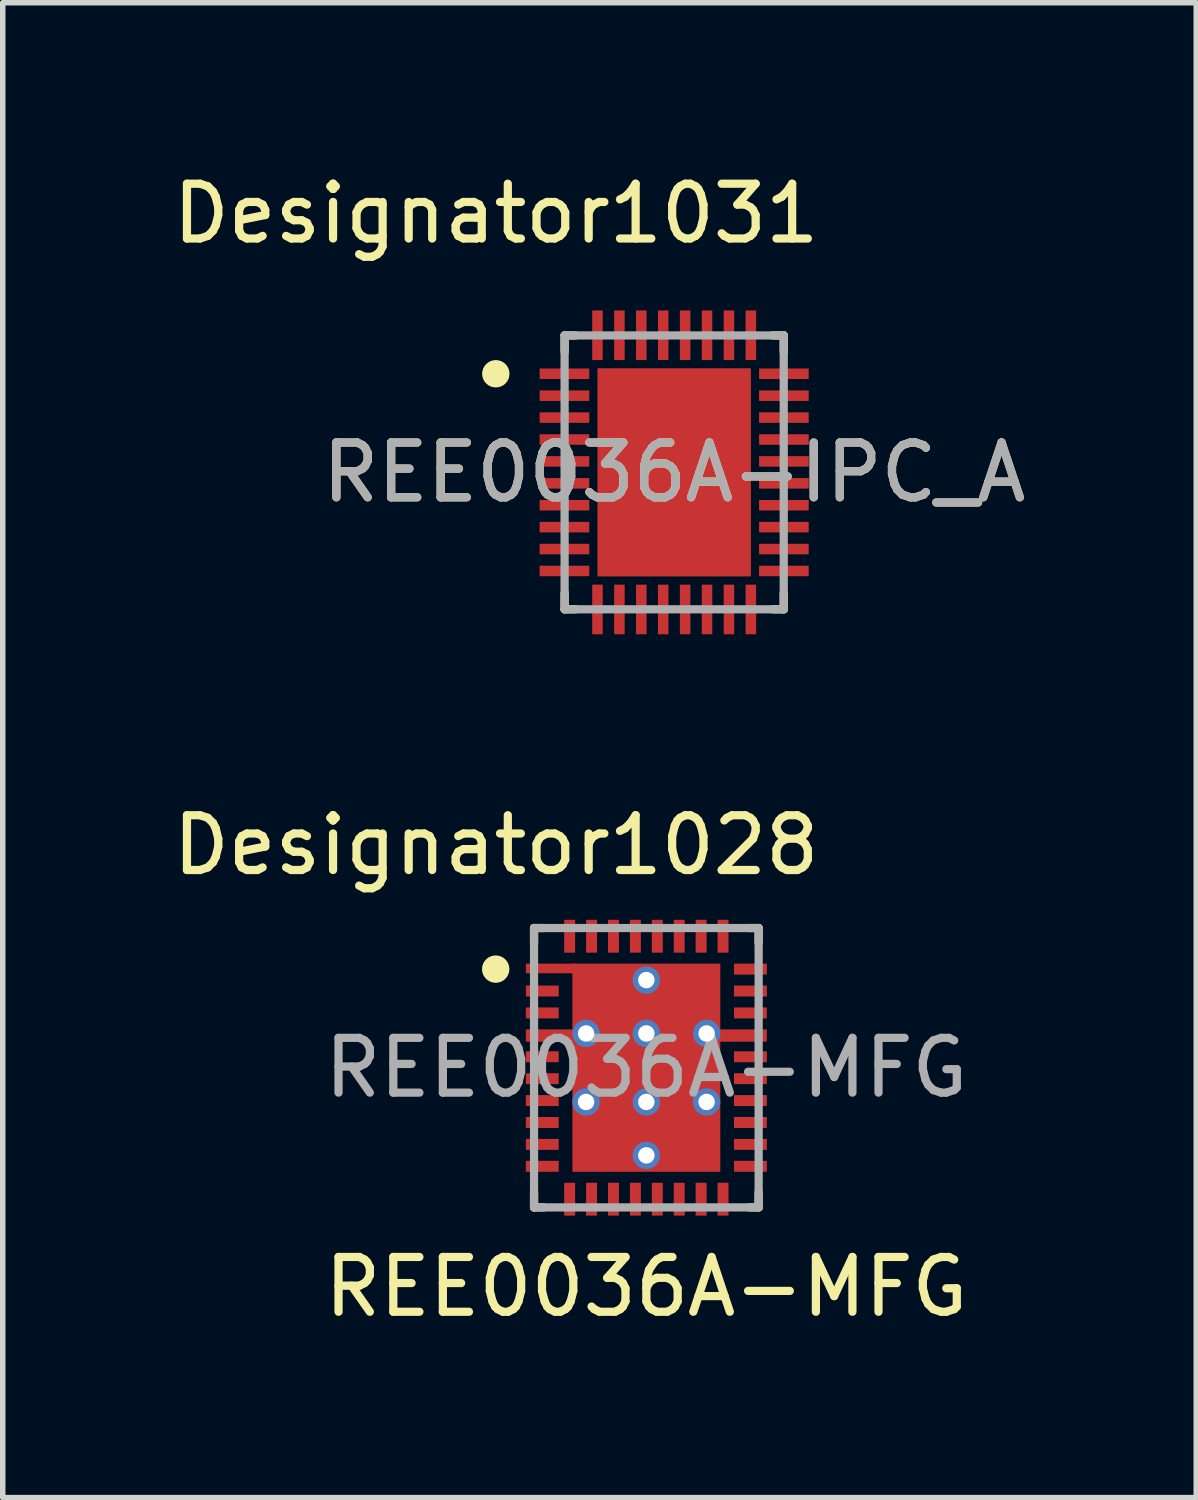
<source format=kicad_pcb>
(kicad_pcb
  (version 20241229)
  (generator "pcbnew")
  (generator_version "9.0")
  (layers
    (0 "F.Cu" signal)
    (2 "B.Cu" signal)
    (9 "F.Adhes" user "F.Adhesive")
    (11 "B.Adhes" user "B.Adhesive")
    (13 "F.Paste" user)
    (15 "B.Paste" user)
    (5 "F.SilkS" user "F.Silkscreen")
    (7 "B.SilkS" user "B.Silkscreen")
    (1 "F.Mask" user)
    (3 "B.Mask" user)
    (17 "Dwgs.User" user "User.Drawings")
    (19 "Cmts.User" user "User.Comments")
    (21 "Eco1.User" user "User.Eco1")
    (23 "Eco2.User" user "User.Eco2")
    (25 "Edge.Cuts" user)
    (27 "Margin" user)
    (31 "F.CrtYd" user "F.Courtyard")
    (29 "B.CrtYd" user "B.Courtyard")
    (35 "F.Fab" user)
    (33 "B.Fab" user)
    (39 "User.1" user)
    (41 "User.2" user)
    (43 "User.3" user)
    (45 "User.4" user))
  (footprint "REE0036A-IPC_A"
    (layer "F.Cu")
    (at 9.257 5.573)
    (property "Reference" "REE0036A-IPC_A" (at 0 0 0) (unlocked yes) (layer "F.SilkS") (effects (font (size 1 1) (thickness 0.15))))
    (attr smd)
    (fp_line (start -2 -2.5) (end -1.8 -2.5) (stroke (width 0.15) (type solid)) (layer "F.SilkS"))
    (fp_line (start -2 -2.2) (end -2 -2.5) (stroke (width 0.15) (type solid)) (layer "F.SilkS"))
    (fp_line (start -2 2.5) (end -2 2.2) (stroke (width 0.15) (type solid)) (layer "F.SilkS"))
    (fp_line (start -2 2.5) (end -1.8 2.5) (stroke (width 0.15) (type solid)) (layer "F.SilkS"))
    (fp_line (start 1.8 -2.5) (end 2 -2.5) (stroke (width 0.15) (type solid)) (layer "F.SilkS"))
    (fp_line (start 1.8 2.5) (end 2 2.5) (stroke (width 0.15) (type solid)) (layer "F.SilkS"))
    (fp_line (start 2 -2.2) (end 2 -2.5) (stroke (width 0.15) (type solid)) (layer "F.SilkS"))
    (fp_line (start 2 2.5) (end 2 2.2) (stroke (width 0.15) (type solid)) (layer "F.SilkS"))
    (fp_circle (center -3.256 -1.8) (end -3.131 -1.8) (stroke (width 0.25) (type solid)) (fill no) (layer "F.SilkS"))
    (fp_poly (pts (xy -0.811 1.311) (xy 0.811 1.311) (xy 0.811 -1.311) (xy -0.811 -1.311)) (stroke (width 0) (type solid)) (fill yes) (layer "F.Paste"))
    (fp_line (start -2 -2.5) (end 2 -2.5) (stroke (width 0.15) (type solid)) (layer "F.Fab"))
    (fp_line (start -2 2.5) (end -2 -2.5) (stroke (width 0.15) (type solid)) (layer "F.Fab"))
    (fp_line (start -2 2.5) (end 2 2.5) (stroke (width 0.15) (type solid)) (layer "F.Fab"))
    (fp_line (start 2 2.5) (end 2 -2.5) (stroke (width 0.15) (type solid)) (layer "F.Fab"))
    (fp_text user "Designator1031" (at -3.251 -4.724 0) (unlocked yes) (layer "F.SilkS") (effects (font (size 1 1) (thickness 0.15))))
    (fp_text user "${REFERENCE}" (at 0 0 0) (unlocked yes) (layer "F.Fab") (effects (font (size 1 1) (thickness 0.15))))
    (pad "1" smd rect (at -2.003 -1.8 90) (size 0.192 0.906) (layers "F.Cu" "F.Mask" "F.Paste"))
    (pad "2" smd rect (at -2.003 -1.4 90) (size 0.192 0.906) (layers "F.Cu" "F.Mask" "F.Paste"))
    (pad "3" smd rect (at -2.003 -1 90) (size 0.192 0.906) (layers "F.Cu" "F.Mask" "F.Paste"))
    (pad "4" smd rect (at -2.003 -0.6 90) (size 0.192 0.906) (layers "F.Cu" "F.Mask" "F.Paste"))
    (pad "5" smd rect (at -2.003 -0.2 90) (size 0.192 0.906) (layers "F.Cu" "F.Mask" "F.Paste"))
    (pad "6" smd rect (at -2.003 0.2 90) (size 0.192 0.906) (layers "F.Cu" "F.Mask" "F.Paste"))
    (pad "7" smd rect (at -2.003 0.6 90) (size 0.192 0.906) (layers "F.Cu" "F.Mask" "F.Paste"))
    (pad "8" smd rect (at -2.003 1 90) (size 0.192 0.906) (layers "F.Cu" "F.Mask" "F.Paste"))
    (pad "9" smd rect (at -2.003 1.4 90) (size 0.192 0.906) (layers "F.Cu" "F.Mask" "F.Paste"))
    (pad "10" smd rect (at -2.003 1.8 90) (size 0.192 0.906) (layers "F.Cu" "F.Mask" "F.Paste"))
    (pad "11" smd rect (at -1.4 2.503) (size 0.192 0.906) (layers "F.Cu" "F.Mask" "F.Paste"))
    (pad "12" smd rect (at -1 2.503) (size 0.192 0.906) (layers "F.Cu" "F.Mask" "F.Paste"))
    (pad "13" smd rect (at -0.6 2.503) (size 0.192 0.906) (layers "F.Cu" "F.Mask" "F.Paste"))
    (pad "14" smd rect (at -0.2 2.503) (size 0.192 0.906) (layers "F.Cu" "F.Mask" "F.Paste"))
    (pad "15" smd rect (at 0.2 2.503) (size 0.192 0.906) (layers "F.Cu" "F.Mask" "F.Paste"))
    (pad "16" smd rect (at 0.6 2.503) (size 0.192 0.906) (layers "F.Cu" "F.Mask" "F.Paste"))
    (pad "17" smd rect (at 1 2.503) (size 0.192 0.906) (layers "F.Cu" "F.Mask" "F.Paste"))
    (pad "18" smd rect (at 1.4 2.503) (size 0.192 0.906) (layers "F.Cu" "F.Mask" "F.Paste"))
    (pad "19" smd rect (at 2.003 1.8 90) (size 0.192 0.906) (layers "F.Cu" "F.Mask" "F.Paste"))
    (pad "20" smd rect (at 2.003 1.4 90) (size 0.192 0.906) (layers "F.Cu" "F.Mask" "F.Paste"))
    (pad "21" smd rect (at 2.003 1 90) (size 0.192 0.906) (layers "F.Cu" "F.Mask" "F.Paste"))
    (pad "22" smd rect (at 2.003 0.6 90) (size 0.192 0.906) (layers "F.Cu" "F.Mask" "F.Paste"))
    (pad "23" smd rect (at 2.003 0.2 90) (size 0.192 0.906) (layers "F.Cu" "F.Mask" "F.Paste"))
    (pad "24" smd rect (at 2.003 -0.2 90) (size 0.192 0.906) (layers "F.Cu" "F.Mask" "F.Paste"))
    (pad "25" smd rect (at 2.003 -0.6 90) (size 0.192 0.906) (layers "F.Cu" "F.Mask" "F.Paste"))
    (pad "26" smd rect (at 2.003 -1 90) (size 0.192 0.906) (layers "F.Cu" "F.Mask" "F.Paste"))
    (pad "27" smd rect (at 2.003 -1.4 90) (size 0.192 0.906) (layers "F.Cu" "F.Mask" "F.Paste"))
    (pad "28" smd rect (at 2.003 -1.8 90) (size 0.192 0.906) (layers "F.Cu" "F.Mask" "F.Paste"))
    (pad "29" smd rect (at 1.4 -2.503) (size 0.192 0.906) (layers "F.Cu" "F.Mask" "F.Paste"))
    (pad "30" smd rect (at 1 -2.503) (size 0.192 0.906) (layers "F.Cu" "F.Mask" "F.Paste"))
    (pad "31" smd rect (at 0.6 -2.503) (size 0.192 0.906) (layers "F.Cu" "F.Mask" "F.Paste"))
    (pad "32" smd rect (at 0.2 -2.503) (size 0.192 0.906) (layers "F.Cu" "F.Mask" "F.Paste"))
    (pad "33" smd rect (at -0.2 -2.503) (size 0.192 0.906) (layers "F.Cu" "F.Mask" "F.Paste"))
    (pad "34" smd rect (at -0.6 -2.503) (size 0.192 0.906) (layers "F.Cu" "F.Mask" "F.Paste"))
    (pad "35" smd rect (at -1 -2.503) (size 0.192 0.906) (layers "F.Cu" "F.Mask" "F.Paste"))
    (pad "36" smd rect (at -1.4 -2.503) (size 0.192 0.906) (layers "F.Cu" "F.Mask" "F.Paste"))
    (pad "37" smd rect (at 0 0) (size 2.8 3.8) (layers "F.Cu" "F.Mask")))
  (footprint "REE0036A-MFG"
    (layer "F.Cu")
    (at 8.749 16.441)
    (property "Reference" "REE0036A-MFG" (at 0 4 0) (unlocked yes) (layer "F.SilkS") (effects (font (size 1 1) (thickness 0.15))))
    (attr smd)
    (fp_line (start -2.05 -2.55) (end -1.875 -2.55) (stroke (width 0.15) (type solid)) (layer "F.SilkS"))
    (fp_line (start -2.05 -2.275) (end -2.05 -2.55) (stroke (width 0.15) (type solid)) (layer "F.SilkS"))
    (fp_line (start -2.05 2.55) (end -2.05 2.275) (stroke (width 0.15) (type solid)) (layer "F.SilkS"))
    (fp_line (start -2.05 2.55) (end -1.875 2.55) (stroke (width 0.15) (type solid)) (layer "F.SilkS"))
    (fp_line (start 1.875 -2.55) (end 2.05 -2.55) (stroke (width 0.15) (type solid)) (layer "F.SilkS"))
    (fp_line (start 1.875 2.55) (end 2.05 2.55) (stroke (width 0.15) (type solid)) (layer "F.SilkS"))
    (fp_line (start 2.05 -2.275) (end 2.05 -2.55) (stroke (width 0.15) (type solid)) (layer "F.SilkS"))
    (fp_line (start 2.05 2.55) (end 2.05 2.275) (stroke (width 0.15) (type solid)) (layer "F.SilkS"))
    (fp_circle (center -2.75 -1.8) (end -2.625 -1.8) (stroke (width 0.25) (type solid)) (fill no) (layer "F.SilkS"))
    (fp_poly (pts (xy -1.295 -0.775) (xy -1.295 -1.725) (xy -1.245 -1.775) (xy -0.155 -1.775) (xy -0.105 -1.725) (xy -0.105 -0.775) (xy -0.155 -0.725) (xy -1.245 -0.725)) (stroke (width 0) (type solid)) (fill yes) (layer "F.Paste"))
    (fp_poly (pts (xy -1.245 0.725) (xy -0.155 0.725) (xy -0.105 0.775) (xy -0.105 1.725) (xy -0.155 1.775) (xy -1.245 1.775) (xy -1.295 1.725) (xy -1.295 0.775)) (stroke (width 0) (type solid)) (fill yes) (layer "F.Paste"))
    (fp_poly (pts (xy -0.155 -0.525) (xy -0.105 -0.475) (xy -0.105 0.475) (xy -0.155 0.525) (xy -1.245 0.525) (xy -1.295 0.475) (xy -1.295 -0.475) (xy -1.245 -0.525)) (stroke (width 0) (type solid)) (fill yes) (layer "F.Paste"))
    (fp_poly (pts (xy 1.245 -1.775) (xy 1.295 -1.725) (xy 1.295 -0.775) (xy 1.245 -0.725) (xy 0.155 -0.725) (xy 0.105 -0.775) (xy 0.105 -1.725) (xy 0.155 -1.775)) (stroke (width 0) (type solid)) (fill yes) (layer "F.Paste"))
    (fp_poly (pts (xy 1.245 -0.525) (xy 1.295 -0.475) (xy 1.295 0.475) (xy 1.245 0.525) (xy 0.155 0.525) (xy 0.105 0.475) (xy 0.105 -0.475) (xy 0.155 -0.525)) (stroke (width 0) (type solid)) (fill yes) (layer "F.Paste"))
    (fp_poly (pts (xy 1.295 0.775) (xy 1.295 1.725) (xy 1.245 1.775) (xy 0.155 1.775) (xy 0.105 1.725) (xy 0.105 0.775) (xy 0.155 0.725) (xy 1.245 0.725)) (stroke (width 0) (type solid)) (fill yes) (layer "F.Paste"))
    (fp_line (start -2.05 -2.55) (end 2.05 -2.55) (stroke (width 0.15) (type solid)) (layer "F.Fab"))
    (fp_line (start -2.05 2.55) (end -2.05 -2.55) (stroke (width 0.15) (type solid)) (layer "F.Fab"))
    (fp_line (start -2.05 2.55) (end 2.05 2.55) (stroke (width 0.15) (type solid)) (layer "F.Fab"))
    (fp_line (start 2.05 2.55) (end 2.05 -2.55) (stroke (width 0.15) (type solid)) (layer "F.Fab"))
    (fp_text user "Designator1028" (at -2.743 -4.064 0) (unlocked yes) (layer "F.SilkS") (effects (font (size 1 1) (thickness 0.15))))
    (fp_text user "${REFERENCE}" (at 0 0 0) (unlocked yes) (layer "F.Fab") (effects (font (size 1 1) (thickness 0.15))))
    (pad "1" smd rect (at -1.747 -1.812) (size 0.905 0.175) (layers "F.Cu" "F.Mask" "F.Paste"))
    (pad "2" smd rect (at -1.9 -1.4) (size 0.6 0.2) (layers "F.Cu" "F.Mask" "F.Paste"))
    (pad "3" smd rect (at -1.9 -1) (size 0.6 0.2) (layers "F.Cu" "F.Mask" "F.Paste"))
    (pad "4" smd rect (at -1.747 -0.587) (size 0.905 0.225) (layers "F.Cu" "F.Mask" "F.Paste"))
    (pad "5" smd rect (at -1.9 -0.2) (size 0.6 0.2) (layers "F.Cu" "F.Mask" "F.Paste"))
    (pad "6" smd rect (at -1.9 0.2) (size 0.6 0.2) (layers "F.Cu" "F.Mask" "F.Paste"))
    (pad "7" smd rect (at -1.9 0.6) (size 0.6 0.2) (layers "F.Cu" "F.Mask" "F.Paste"))
    (pad "8" smd rect (at -1.9 1) (size 0.6 0.2) (layers "F.Cu" "F.Mask" "F.Paste"))
    (pad "9" smd rect (at -1.9 1.4) (size 0.6 0.2) (layers "F.Cu" "F.Mask" "F.Paste"))
    (pad "10" smd rect (at -1.9 1.8) (size 0.6 0.2) (layers "F.Cu" "F.Mask" "F.Paste"))
    (pad "11" smd rect (at -1.4 2.4 90) (size 0.6 0.2) (layers "F.Cu" "F.Mask" "F.Paste"))
    (pad "12" smd rect (at -1 2.4 90) (size 0.6 0.2) (layers "F.Cu" "F.Mask" "F.Paste"))
    (pad "13" smd rect (at -0.6 2.4 90) (size 0.6 0.2) (layers "F.Cu" "F.Mask" "F.Paste"))
    (pad "14" smd rect (at -0.2 2.4 90) (size 0.6 0.2) (layers "F.Cu" "F.Mask" "F.Paste"))
    (pad "15" smd rect (at 0.2 2.4 90) (size 0.6 0.2) (layers "F.Cu" "F.Mask" "F.Paste"))
    (pad "16" smd rect (at 0.6 2.4 90) (size 0.6 0.2) (layers "F.Cu" "F.Mask" "F.Paste"))
    (pad "17" smd rect (at 1 2.4 90) (size 0.6 0.2) (layers "F.Cu" "F.Mask" "F.Paste"))
    (pad "18" smd rect (at 1.4 2.4 90) (size 0.6 0.2) (layers "F.Cu" "F.Mask" "F.Paste"))
    (pad "19" smd rect (at 1.9 1.8) (size 0.6 0.2) (layers "F.Cu" "F.Mask" "F.Paste"))
    (pad "20" smd rect (at 1.9 1.4) (size 0.6 0.2) (layers "F.Cu" "F.Mask" "F.Paste"))
    (pad "21" smd rect (at 1.9 1) (size 0.6 0.2) (layers "F.Cu" "F.Mask" "F.Paste"))
    (pad "22" smd rect (at 1.9 0.6) (size 0.6 0.2) (layers "F.Cu" "F.Mask" "F.Paste"))
    (pad "23" smd rect (at 1.9 0.2) (size 0.6 0.2) (layers "F.Cu" "F.Mask" "F.Paste"))
    (pad "24" smd rect (at 1.9 -0.2) (size 0.6 0.2) (layers "F.Cu" "F.Mask" "F.Paste"))
    (pad "25" smd rect (at 1.747 -0.587) (size 0.905 0.225) (layers "F.Cu" "F.Mask" "F.Paste"))
    (pad "26" smd rect (at 1.9 -1) (size 0.6 0.2) (layers "F.Cu" "F.Mask" "F.Paste"))
    (pad "27" smd rect (at 1.9 -1.4) (size 0.6 0.2) (layers "F.Cu" "F.Mask" "F.Paste"))
    (pad "28" smd rect (at 1.9 -1.8) (size 0.6 0.2) (layers "F.Cu" "F.Mask" "F.Paste"))
    (pad "29" smd rect (at 1.4 -2.4 90) (size 0.6 0.2) (layers "F.Cu" "F.Mask" "F.Paste"))
    (pad "30" smd rect (at 1 -2.4 90) (size 0.6 0.2) (layers "F.Cu" "F.Mask" "F.Paste"))
    (pad "31" smd rect (at 0.6 -2.4 90) (size 0.6 0.2) (layers "F.Cu" "F.Mask" "F.Paste"))
    (pad "32" smd rect (at 0.2 -2.4 90) (size 0.6 0.2) (layers "F.Cu" "F.Mask" "F.Paste"))
    (pad "33" smd rect (at -0.2 -2.4 90) (size 0.6 0.2) (layers "F.Cu" "F.Mask" "F.Paste"))
    (pad "34" smd rect (at -0.6 -2.4 90) (size 0.6 0.2) (layers "F.Cu" "F.Mask" "F.Paste"))
    (pad "35" smd rect (at -1 -2.4 90) (size 0.6 0.2) (layers "F.Cu" "F.Mask" "F.Paste"))
    (pad "36" smd rect (at -1.4 -2.4 90) (size 0.6 0.2) (layers "F.Cu" "F.Mask" "F.Paste"))
    (pad "37" smd rect (at 0 0) (size 2.7 3.8) (layers "F.Cu" "F.Mask"))
    (pad "38" thru_hole circle (at -1.1 -0.625) (size 0.5 0.5) (drill 0.3) (layers "*.Cu" "*.Mask"))
    (pad "39" thru_hole circle (at 0 -0.625) (size 0.5 0.5) (drill 0.3) (layers "*.Cu" "*.Mask"))
    (pad "40" thru_hole circle (at 1.1 -0.625) (size 0.5 0.5) (drill 0.3) (layers "*.Cu" "*.Mask"))
    (pad "41" thru_hole circle (at -1.1 0.625) (size 0.5 0.5) (drill 0.3) (layers "*.Cu" "*.Mask"))
    (pad "42" thru_hole circle (at 0 0.625) (size 0.5 0.5) (drill 0.3) (layers "*.Cu" "*.Mask"))
    (pad "43" thru_hole circle (at 1.1 0.625) (size 0.5 0.5) (drill 0.3) (layers "*.Cu" "*.Mask"))
    (pad "44" thru_hole circle (at 0 -1.6) (size 0.5 0.5) (drill 0.3) (layers "*.Cu" "*.Mask"))
    (pad "45" thru_hole circle (at 0 1.6) (size 0.5 0.5) (drill 0.3) (layers "*.Cu" "*.Mask")))
  (gr_rect
    (start -3 -3)
    (end 18.787 24.289)
    (stroke (width 0.1) (type default))
    (fill no)
    (layer "Edge.Cuts")))
</source>
